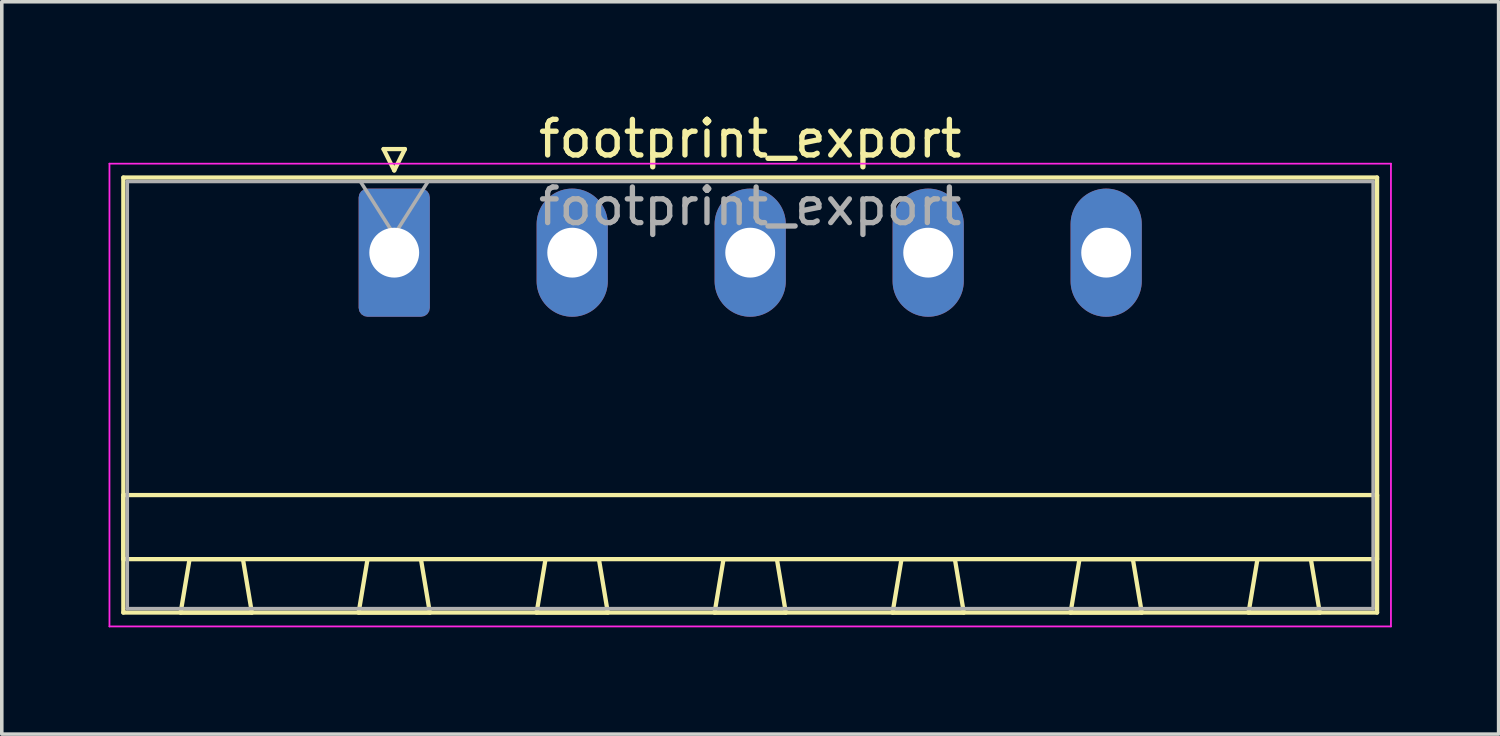
<source format=kicad_pcb>
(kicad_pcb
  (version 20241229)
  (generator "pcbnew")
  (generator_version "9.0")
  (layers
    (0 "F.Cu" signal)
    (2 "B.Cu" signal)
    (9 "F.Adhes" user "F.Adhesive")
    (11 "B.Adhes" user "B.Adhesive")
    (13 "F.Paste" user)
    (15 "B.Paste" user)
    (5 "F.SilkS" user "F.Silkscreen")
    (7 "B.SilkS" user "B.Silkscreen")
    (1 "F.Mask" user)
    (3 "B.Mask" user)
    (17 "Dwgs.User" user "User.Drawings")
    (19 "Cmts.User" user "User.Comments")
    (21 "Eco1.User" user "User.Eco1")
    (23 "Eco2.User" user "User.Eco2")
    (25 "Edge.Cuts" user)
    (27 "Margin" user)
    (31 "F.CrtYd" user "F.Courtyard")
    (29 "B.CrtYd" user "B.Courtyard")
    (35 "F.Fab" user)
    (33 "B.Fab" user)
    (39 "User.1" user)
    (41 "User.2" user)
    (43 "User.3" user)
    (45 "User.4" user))
  (footprint "footprint_export"
    (layer "F.Cu")
    (at 8.025 4.048)
    (property "Reference" "footprint_export" (at 10 -3.2 0) (layer "F.SilkS") (effects (font (size 1 1) (thickness 0.15))))
    (attr through_hole)
    (fp_line (start -7.61 -2.11) (end -7.61 10.11) (stroke (width 0.12) (type solid)) (layer "F.SilkS"))
    (fp_line (start -7.61 6.81) (end 27.61 6.81) (stroke (width 0.12) (type solid)) (layer "F.SilkS"))
    (fp_line (start -7.61 8.61) (end -7.61 6.81) (stroke (width 0.12) (type solid)) (layer "F.SilkS"))
    (fp_line (start -7.61 10.11) (end 27.61 10.11) (stroke (width 0.12) (type solid)) (layer "F.SilkS"))
    (fp_line (start -6 10.11) (end -4 10.11) (stroke (width 0.12) (type solid)) (layer "F.SilkS"))
    (fp_line (start -5.75 8.61) (end -6 10.11) (stroke (width 0.12) (type solid)) (layer "F.SilkS"))
    (fp_line (start -4.25 8.61) (end -5.75 8.61) (stroke (width 0.12) (type solid)) (layer "F.SilkS"))
    (fp_line (start -4 10.11) (end -4.25 8.61) (stroke (width 0.12) (type solid)) (layer "F.SilkS"))
    (fp_line (start -1 10.11) (end 1 10.11) (stroke (width 0.12) (type solid)) (layer "F.SilkS"))
    (fp_line (start -0.75 8.61) (end -1 10.11) (stroke (width 0.12) (type solid)) (layer "F.SilkS"))
    (fp_line (start -0.3 -2.91) (end 0.3 -2.91) (stroke (width 0.12) (type solid)) (layer "F.SilkS"))
    (fp_line (start 0 -2.31) (end -0.3 -2.91) (stroke (width 0.12) (type solid)) (layer "F.SilkS"))
    (fp_line (start 0.3 -2.91) (end 0 -2.31) (stroke (width 0.12) (type solid)) (layer "F.SilkS"))
    (fp_line (start 0.75 8.61) (end -0.75 8.61) (stroke (width 0.12) (type solid)) (layer "F.SilkS"))
    (fp_line (start 1 10.11) (end 0.75 8.61) (stroke (width 0.12) (type solid)) (layer "F.SilkS"))
    (fp_line (start 4 10.11) (end 6 10.11) (stroke (width 0.12) (type solid)) (layer "F.SilkS"))
    (fp_line (start 4.25 8.61) (end 4 10.11) (stroke (width 0.12) (type solid)) (layer "F.SilkS"))
    (fp_line (start 5.75 8.61) (end 4.25 8.61) (stroke (width 0.12) (type solid)) (layer "F.SilkS"))
    (fp_line (start 6 10.11) (end 5.75 8.61) (stroke (width 0.12) (type solid)) (layer "F.SilkS"))
    (fp_line (start 9 10.11) (end 11 10.11) (stroke (width 0.12) (type solid)) (layer "F.SilkS"))
    (fp_line (start 9.25 8.61) (end 9 10.11) (stroke (width 0.12) (type solid)) (layer "F.SilkS"))
    (fp_line (start 10.75 8.61) (end 9.25 8.61) (stroke (width 0.12) (type solid)) (layer "F.SilkS"))
    (fp_line (start 11 10.11) (end 10.75 8.61) (stroke (width 0.12) (type solid)) (layer "F.SilkS"))
    (fp_line (start 14 10.11) (end 16 10.11) (stroke (width 0.12) (type solid)) (layer "F.SilkS"))
    (fp_line (start 14.25 8.61) (end 14 10.11) (stroke (width 0.12) (type solid)) (layer "F.SilkS"))
    (fp_line (start 15.75 8.61) (end 14.25 8.61) (stroke (width 0.12) (type solid)) (layer "F.SilkS"))
    (fp_line (start 16 10.11) (end 15.75 8.61) (stroke (width 0.12) (type solid)) (layer "F.SilkS"))
    (fp_line (start 19 10.11) (end 21 10.11) (stroke (width 0.12) (type solid)) (layer "F.SilkS"))
    (fp_line (start 19.25 8.61) (end 19 10.11) (stroke (width 0.12) (type solid)) (layer "F.SilkS"))
    (fp_line (start 20.75 8.61) (end 19.25 8.61) (stroke (width 0.12) (type solid)) (layer "F.SilkS"))
    (fp_line (start 21 10.11) (end 20.75 8.61) (stroke (width 0.12) (type solid)) (layer "F.SilkS"))
    (fp_line (start 24 10.11) (end 26 10.11) (stroke (width 0.12) (type solid)) (layer "F.SilkS"))
    (fp_line (start 24.25 8.61) (end 24 10.11) (stroke (width 0.12) (type solid)) (layer "F.SilkS"))
    (fp_line (start 25.75 8.61) (end 24.25 8.61) (stroke (width 0.12) (type solid)) (layer "F.SilkS"))
    (fp_line (start 26 10.11) (end 25.75 8.61) (stroke (width 0.12) (type solid)) (layer "F.SilkS"))
    (fp_line (start 27.61 -2.11) (end -7.61 -2.11) (stroke (width 0.12) (type solid)) (layer "F.SilkS"))
    (fp_line (start 27.61 6.81) (end 27.61 8.61) (stroke (width 0.12) (type solid)) (layer "F.SilkS"))
    (fp_line (start 27.61 8.61) (end -7.61 8.61) (stroke (width 0.12) (type solid)) (layer "F.SilkS"))
    (fp_line (start 27.61 10.11) (end 27.61 -2.11) (stroke (width 0.12) (type solid)) (layer "F.SilkS"))
    (fp_line (start -8 -2.5) (end -8 10.5) (stroke (width 0.05) (type solid)) (layer "F.CrtYd"))
    (fp_line (start -8 10.5) (end 28 10.5) (stroke (width 0.05) (type solid)) (layer "F.CrtYd"))
    (fp_line (start 28 -2.5) (end -8 -2.5) (stroke (width 0.05) (type solid)) (layer "F.CrtYd"))
    (fp_line (start 28 10.5) (end 28 -2.5) (stroke (width 0.05) (type solid)) (layer "F.CrtYd"))
    (fp_line (start -7.5 -2) (end -7.5 10) (stroke (width 0.1) (type solid)) (layer "F.Fab"))
    (fp_line (start -7.5 10) (end 27.5 10) (stroke (width 0.1) (type solid)) (layer "F.Fab"))
    (fp_line (start 0 -0.5) (end -0.95 -2) (stroke (width 0.1) (type solid)) (layer "F.Fab"))
    (fp_line (start 0.95 -2) (end 0 -0.5) (stroke (width 0.1) (type solid)) (layer "F.Fab"))
    (fp_line (start 27.5 -2) (end -7.5 -2) (stroke (width 0.1) (type solid)) (layer "F.Fab"))
    (fp_line (start 27.5 10) (end 27.5 -2) (stroke (width 0.1) (type solid)) (layer "F.Fab"))
    (fp_text user "${REFERENCE}" (at 10 -1.3 0) (layer "F.Fab") (effects (font (size 1 1) (thickness 0.15))))
    (pad "1" thru_hole roundrect (at 0 0) (size 2 3.6) (drill 1.4) (layers "*.Cu" "*.Mask") (roundrect_rratio 0.125))
    (pad "2" thru_hole oval (at 5 0) (size 2 3.6) (drill 1.4) (layers "*.Cu" "*.Mask"))
    (pad "3" thru_hole oval (at 10 0) (size 2 3.6) (drill 1.4) (layers "*.Cu" "*.Mask"))
    (pad "4" thru_hole oval (at 15 0) (size 2 3.6) (drill 1.4) (layers "*.Cu" "*.Mask"))
    (pad "5" thru_hole oval (at 20 0) (size 2 3.6) (drill 1.4) (layers "*.Cu" "*.Mask")))
  (gr_rect
    (start -3 -3)
    (end 39.05 17.573)
    (stroke (width 0.1) (type default))
    (fill no)
    (layer "Edge.Cuts")))
</source>
